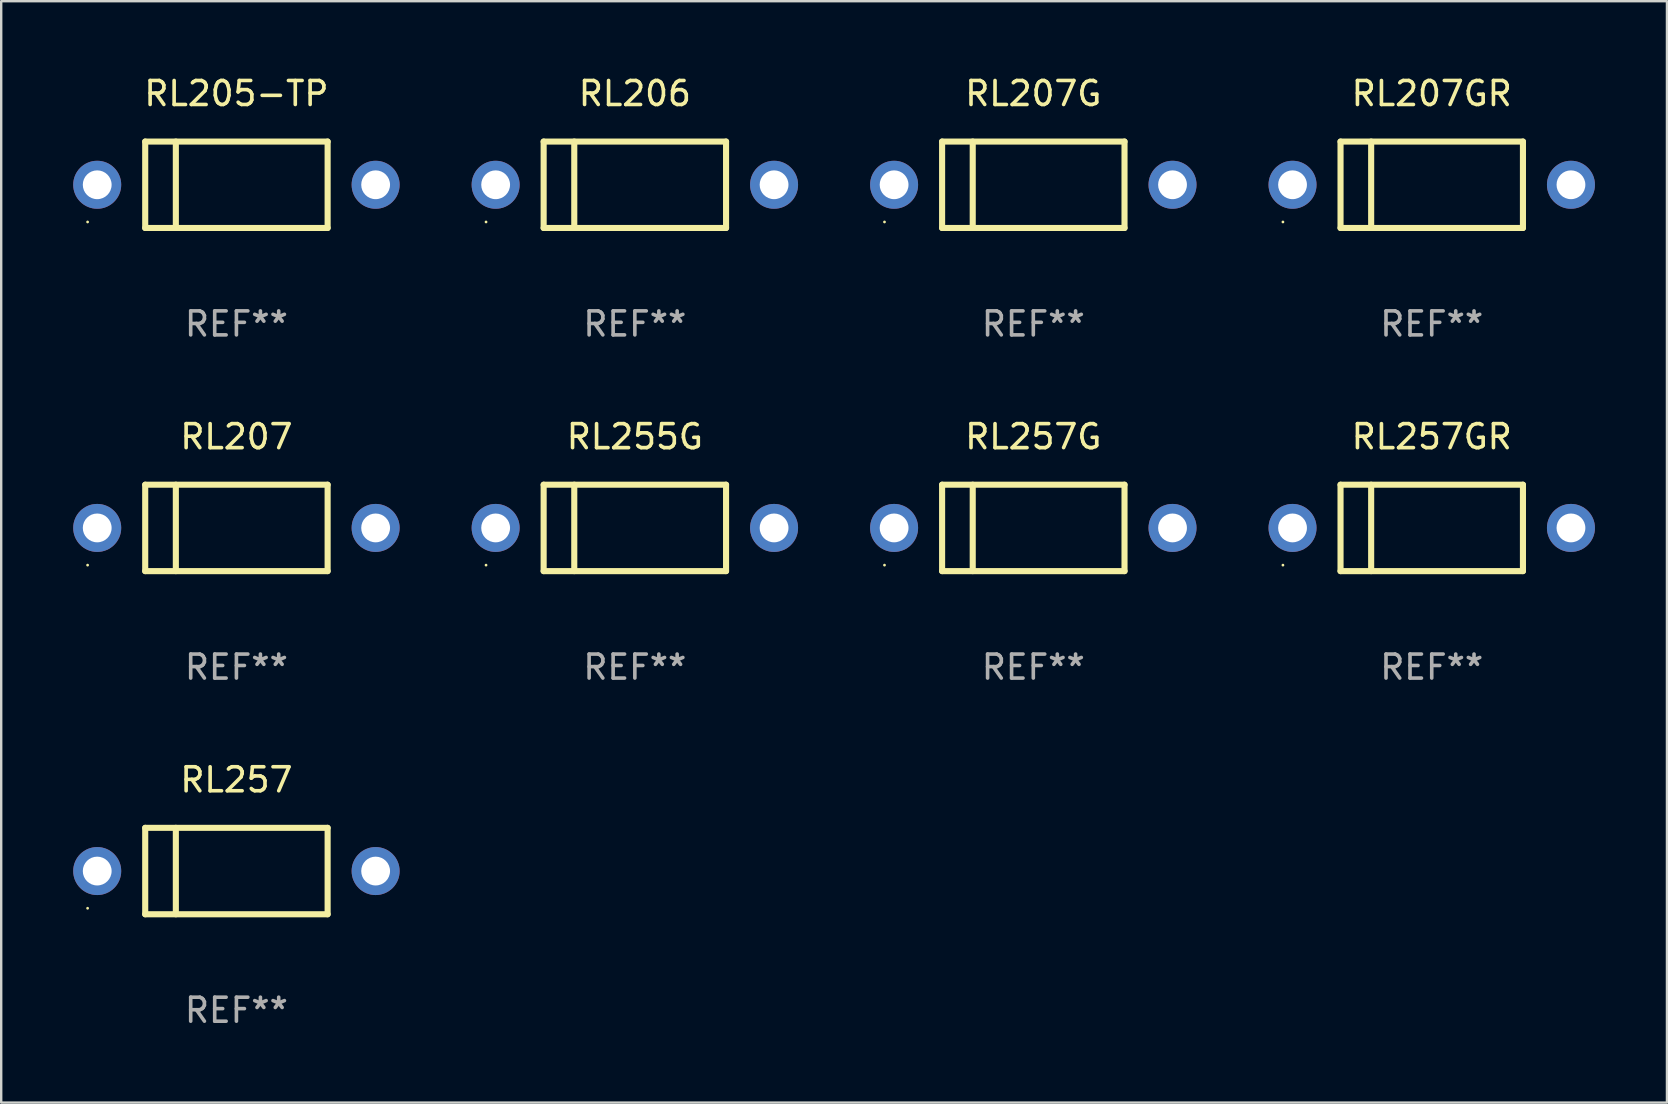
<source format=kicad_pcb>
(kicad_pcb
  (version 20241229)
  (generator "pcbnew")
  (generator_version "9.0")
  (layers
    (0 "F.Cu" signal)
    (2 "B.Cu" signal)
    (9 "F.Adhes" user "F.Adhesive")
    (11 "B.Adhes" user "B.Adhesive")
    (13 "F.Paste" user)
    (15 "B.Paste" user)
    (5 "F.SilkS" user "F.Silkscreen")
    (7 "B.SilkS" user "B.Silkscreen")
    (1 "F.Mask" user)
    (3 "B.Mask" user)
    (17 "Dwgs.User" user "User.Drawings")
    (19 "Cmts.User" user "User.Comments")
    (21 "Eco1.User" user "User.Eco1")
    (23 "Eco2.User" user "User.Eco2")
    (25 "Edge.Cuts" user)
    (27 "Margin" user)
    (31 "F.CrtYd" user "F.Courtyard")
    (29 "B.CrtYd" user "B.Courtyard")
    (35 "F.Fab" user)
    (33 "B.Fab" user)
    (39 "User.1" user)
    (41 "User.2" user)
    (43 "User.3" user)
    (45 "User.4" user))
  (footprint "RL257G"
    (layer "F.Cu")
    (at 40.001 18.945)
    (property "Reference" "RL257G" (at 0 -3.8 0) (layer "F.SilkS") (effects (font (size 1 1) (thickness 0.15))))
    (attr through_hole)
    (fp_line (start -3.8 -1.8) (end -3.8 1.8) (stroke (width 0.254) (type solid)) (layer "F.SilkS"))
    (fp_line (start -3.8 -1.8) (end 3.8 -1.8) (stroke (width 0.254) (type solid)) (layer "F.SilkS"))
    (fp_line (start -3.8 1.8) (end 3.8 1.8) (stroke (width 0.254) (type solid)) (layer "F.SilkS"))
    (fp_line (start -2.524 -1.8) (end -2.524 1.8) (stroke (width 0.254) (type solid)) (layer "F.SilkS"))
    (fp_line (start 3.8 -1.8) (end 3.8 1.8) (stroke (width 0.254) (type solid)) (layer "F.SilkS"))
    (fp_circle (center -6.2 1.55) (end -6.17 1.55) (stroke (width 0.06) (type solid)) (fill no) (layer "F.SilkS"))
    (fp_text user "REF**" (at 0 5.8 0) (layer "F.Fab") (effects (font (size 1 1) (thickness 0.15))))
    (pad "1" thru_hole circle (at -5.8 0) (size 2 2) (drill 1.2) (layers "*.Cu" "*.Mask"))
    (pad "2" thru_hole circle (at 5.8 0) (size 2 2) (drill 1.2) (layers "*.Cu" "*.Mask")))
  (footprint "RL257GR"
    (layer "F.Cu")
    (at 56.601 18.945)
    (property "Reference" "RL257GR" (at 0 -3.8 0) (layer "F.SilkS") (effects (font (size 1 1) (thickness 0.15))))
    (attr through_hole)
    (fp_line (start -3.8 -1.8) (end -3.8 1.8) (stroke (width 0.254) (type solid)) (layer "F.SilkS"))
    (fp_line (start -3.8 -1.8) (end 3.8 -1.8) (stroke (width 0.254) (type solid)) (layer "F.SilkS"))
    (fp_line (start -3.8 1.8) (end 3.8 1.8) (stroke (width 0.254) (type solid)) (layer "F.SilkS"))
    (fp_line (start -2.524 -1.8) (end -2.524 1.8) (stroke (width 0.254) (type solid)) (layer "F.SilkS"))
    (fp_line (start 3.8 -1.8) (end 3.8 1.8) (stroke (width 0.254) (type solid)) (layer "F.SilkS"))
    (fp_circle (center -6.2 1.55) (end -6.17 1.55) (stroke (width 0.06) (type solid)) (fill no) (layer "F.SilkS"))
    (fp_text user "REF**" (at 0 5.8 0) (layer "F.Fab") (effects (font (size 1 1) (thickness 0.15))))
    (pad "1" thru_hole circle (at -5.8 0) (size 2 2) (drill 1.2) (layers "*.Cu" "*.Mask"))
    (pad "2" thru_hole circle (at 5.8 0) (size 2 2) (drill 1.2) (layers "*.Cu" "*.Mask")))
  (footprint "RL207"
    (layer "F.Cu")
    (at 6.8 18.945)
    (property "Reference" "RL207" (at 0 -3.8 0) (layer "F.SilkS") (effects (font (size 1 1) (thickness 0.15))))
    (attr through_hole)
    (fp_line (start -3.8 -1.8) (end -3.8 1.8) (stroke (width 0.254) (type solid)) (layer "F.SilkS"))
    (fp_line (start -3.8 -1.8) (end 3.8 -1.8) (stroke (width 0.254) (type solid)) (layer "F.SilkS"))
    (fp_line (start -3.8 1.8) (end 3.8 1.8) (stroke (width 0.254) (type solid)) (layer "F.SilkS"))
    (fp_line (start -2.524 -1.8) (end -2.524 1.8) (stroke (width 0.254) (type solid)) (layer "F.SilkS"))
    (fp_line (start 3.8 -1.8) (end 3.8 1.8) (stroke (width 0.254) (type solid)) (layer "F.SilkS"))
    (fp_circle (center -6.2 1.55) (end -6.17 1.55) (stroke (width 0.06) (type solid)) (fill no) (layer "F.SilkS"))
    (fp_text user "REF**" (at 0 5.8 0) (layer "F.Fab") (effects (font (size 1 1) (thickness 0.15))))
    (pad "1" thru_hole circle (at -5.8 0) (size 2 2) (drill 1.2) (layers "*.Cu" "*.Mask"))
    (pad "2" thru_hole circle (at 5.8 0) (size 2 2) (drill 1.2) (layers "*.Cu" "*.Mask")))
  (footprint "RL255G"
    (layer "F.Cu")
    (at 23.4 18.945)
    (property "Reference" "RL255G" (at 0 -3.8 0) (layer "F.SilkS") (effects (font (size 1 1) (thickness 0.15))))
    (attr through_hole)
    (fp_line (start -3.8 -1.8) (end -3.8 1.8) (stroke (width 0.254) (type solid)) (layer "F.SilkS"))
    (fp_line (start -3.8 -1.8) (end 3.8 -1.8) (stroke (width 0.254) (type solid)) (layer "F.SilkS"))
    (fp_line (start -3.8 1.8) (end 3.8 1.8) (stroke (width 0.254) (type solid)) (layer "F.SilkS"))
    (fp_line (start -2.524 -1.8) (end -2.524 1.8) (stroke (width 0.254) (type solid)) (layer "F.SilkS"))
    (fp_line (start 3.8 -1.8) (end 3.8 1.8) (stroke (width 0.254) (type solid)) (layer "F.SilkS"))
    (fp_circle (center -6.2 1.55) (end -6.17 1.55) (stroke (width 0.06) (type solid)) (fill no) (layer "F.SilkS"))
    (fp_text user "REF**" (at 0 5.8 0) (layer "F.Fab") (effects (font (size 1 1) (thickness 0.15))))
    (pad "1" thru_hole circle (at -5.8 0) (size 2 2) (drill 1.2) (layers "*.Cu" "*.Mask"))
    (pad "2" thru_hole circle (at 5.8 0) (size 2 2) (drill 1.2) (layers "*.Cu" "*.Mask")))
  (footprint "RL207GR"
    (layer "F.Cu")
    (at 56.601 4.648)
    (property "Reference" "RL207GR" (at 0 -3.8 0) (layer "F.SilkS") (effects (font (size 1 1) (thickness 0.15))))
    (attr through_hole)
    (fp_line (start -3.8 -1.8) (end -3.8 1.8) (stroke (width 0.254) (type solid)) (layer "F.SilkS"))
    (fp_line (start -3.8 -1.8) (end 3.8 -1.8) (stroke (width 0.254) (type solid)) (layer "F.SilkS"))
    (fp_line (start -3.8 1.8) (end 3.8 1.8) (stroke (width 0.254) (type solid)) (layer "F.SilkS"))
    (fp_line (start -2.524 -1.8) (end -2.524 1.8) (stroke (width 0.254) (type solid)) (layer "F.SilkS"))
    (fp_line (start 3.8 -1.8) (end 3.8 1.8) (stroke (width 0.254) (type solid)) (layer "F.SilkS"))
    (fp_circle (center -6.2 1.55) (end -6.17 1.55) (stroke (width 0.06) (type solid)) (fill no) (layer "F.SilkS"))
    (fp_text user "REF**" (at 0 5.8 0) (layer "F.Fab") (effects (font (size 1 1) (thickness 0.15))))
    (pad "1" thru_hole circle (at -5.8 0) (size 2 2) (drill 1.2) (layers "*.Cu" "*.Mask"))
    (pad "2" thru_hole circle (at 5.8 0) (size 2 2) (drill 1.2) (layers "*.Cu" "*.Mask")))
  (footprint "RL206"
    (layer "F.Cu")
    (at 23.4 4.648)
    (property "Reference" "RL206" (at 0 -3.8 0) (layer "F.SilkS") (effects (font (size 1 1) (thickness 0.15))))
    (attr through_hole)
    (fp_line (start -3.8 -1.8) (end -3.8 1.8) (stroke (width 0.254) (type solid)) (layer "F.SilkS"))
    (fp_line (start -3.8 -1.8) (end 3.8 -1.8) (stroke (width 0.254) (type solid)) (layer "F.SilkS"))
    (fp_line (start -3.8 1.8) (end 3.8 1.8) (stroke (width 0.254) (type solid)) (layer "F.SilkS"))
    (fp_line (start -2.524 -1.8) (end -2.524 1.8) (stroke (width 0.254) (type solid)) (layer "F.SilkS"))
    (fp_line (start 3.8 -1.8) (end 3.8 1.8) (stroke (width 0.254) (type solid)) (layer "F.SilkS"))
    (fp_circle (center -6.2 1.55) (end -6.17 1.55) (stroke (width 0.06) (type solid)) (fill no) (layer "F.SilkS"))
    (fp_text user "REF**" (at 0 5.8 0) (layer "F.Fab") (effects (font (size 1 1) (thickness 0.15))))
    (pad "1" thru_hole circle (at -5.8 0) (size 2 2) (drill 1.2) (layers "*.Cu" "*.Mask"))
    (pad "2" thru_hole circle (at 5.8 0) (size 2 2) (drill 1.2) (layers "*.Cu" "*.Mask")))
  (footprint "RL205-TP"
    (layer "F.Cu")
    (at 6.8 4.648)
    (property "Reference" "RL205-TP" (at 0 -3.8 0) (layer "F.SilkS") (effects (font (size 1 1) (thickness 0.15))))
    (attr through_hole)
    (fp_line (start -3.8 -1.8) (end -3.8 1.8) (stroke (width 0.254) (type solid)) (layer "F.SilkS"))
    (fp_line (start -3.8 -1.8) (end 3.8 -1.8) (stroke (width 0.254) (type solid)) (layer "F.SilkS"))
    (fp_line (start -3.8 1.8) (end 3.8 1.8) (stroke (width 0.254) (type solid)) (layer "F.SilkS"))
    (fp_line (start -2.524 -1.8) (end -2.524 1.8) (stroke (width 0.254) (type solid)) (layer "F.SilkS"))
    (fp_line (start 3.8 -1.8) (end 3.8 1.8) (stroke (width 0.254) (type solid)) (layer "F.SilkS"))
    (fp_circle (center -6.2 1.55) (end -6.17 1.55) (stroke (width 0.06) (type solid)) (fill no) (layer "F.SilkS"))
    (fp_text user "REF**" (at 0 5.8 0) (layer "F.Fab") (effects (font (size 1 1) (thickness 0.15))))
    (pad "1" thru_hole circle (at -5.8 0) (size 2 2) (drill 1.2) (layers "*.Cu" "*.Mask"))
    (pad "2" thru_hole circle (at 5.8 0) (size 2 2) (drill 1.2) (layers "*.Cu" "*.Mask")))
  (footprint "RL207G"
    (layer "F.Cu")
    (at 40.001 4.648)
    (property "Reference" "RL207G" (at 0 -3.8 0) (layer "F.SilkS") (effects (font (size 1 1) (thickness 0.15))))
    (attr through_hole)
    (fp_line (start -3.8 -1.8) (end -3.8 1.8) (stroke (width 0.254) (type solid)) (layer "F.SilkS"))
    (fp_line (start -3.8 -1.8) (end 3.8 -1.8) (stroke (width 0.254) (type solid)) (layer "F.SilkS"))
    (fp_line (start -3.8 1.8) (end 3.8 1.8) (stroke (width 0.254) (type solid)) (layer "F.SilkS"))
    (fp_line (start -2.524 -1.8) (end -2.524 1.8) (stroke (width 0.254) (type solid)) (layer "F.SilkS"))
    (fp_line (start 3.8 -1.8) (end 3.8 1.8) (stroke (width 0.254) (type solid)) (layer "F.SilkS"))
    (fp_circle (center -6.2 1.55) (end -6.17 1.55) (stroke (width 0.06) (type solid)) (fill no) (layer "F.SilkS"))
    (fp_text user "REF**" (at 0 5.8 0) (layer "F.Fab") (effects (font (size 1 1) (thickness 0.15))))
    (pad "1" thru_hole circle (at -5.8 0) (size 2 2) (drill 1.2) (layers "*.Cu" "*.Mask"))
    (pad "2" thru_hole circle (at 5.8 0) (size 2 2) (drill 1.2) (layers "*.Cu" "*.Mask")))
  (footprint "RL257"
    (layer "F.Cu")
    (at 6.8 33.241)
    (property "Reference" "RL257" (at 0 -3.8 0) (layer "F.SilkS") (effects (font (size 1 1) (thickness 0.15))))
    (attr through_hole)
    (fp_line (start -3.8 -1.8) (end -3.8 1.8) (stroke (width 0.254) (type solid)) (layer "F.SilkS"))
    (fp_line (start -3.8 -1.8) (end 3.8 -1.8) (stroke (width 0.254) (type solid)) (layer "F.SilkS"))
    (fp_line (start -3.8 1.8) (end 3.8 1.8) (stroke (width 0.254) (type solid)) (layer "F.SilkS"))
    (fp_line (start -2.524 -1.8) (end -2.524 1.8) (stroke (width 0.254) (type solid)) (layer "F.SilkS"))
    (fp_line (start 3.8 -1.8) (end 3.8 1.8) (stroke (width 0.254) (type solid)) (layer "F.SilkS"))
    (fp_circle (center -6.2 1.55) (end -6.17 1.55) (stroke (width 0.06) (type solid)) (fill no) (layer "F.SilkS"))
    (fp_text user "REF**" (at 0 5.8 0) (layer "F.Fab") (effects (font (size 1 1) (thickness 0.15))))
    (pad "1" thru_hole circle (at -5.8 0) (size 2 2) (drill 1.2) (layers "*.Cu" "*.Mask"))
    (pad "2" thru_hole circle (at 5.8 0) (size 2 2) (drill 1.2) (layers "*.Cu" "*.Mask")))
  (gr_rect
    (start -3 -3)
    (end 66.401 42.889)
    (stroke (width 0.1) (type default))
    (fill no)
    (layer "Edge.Cuts")))
</source>
